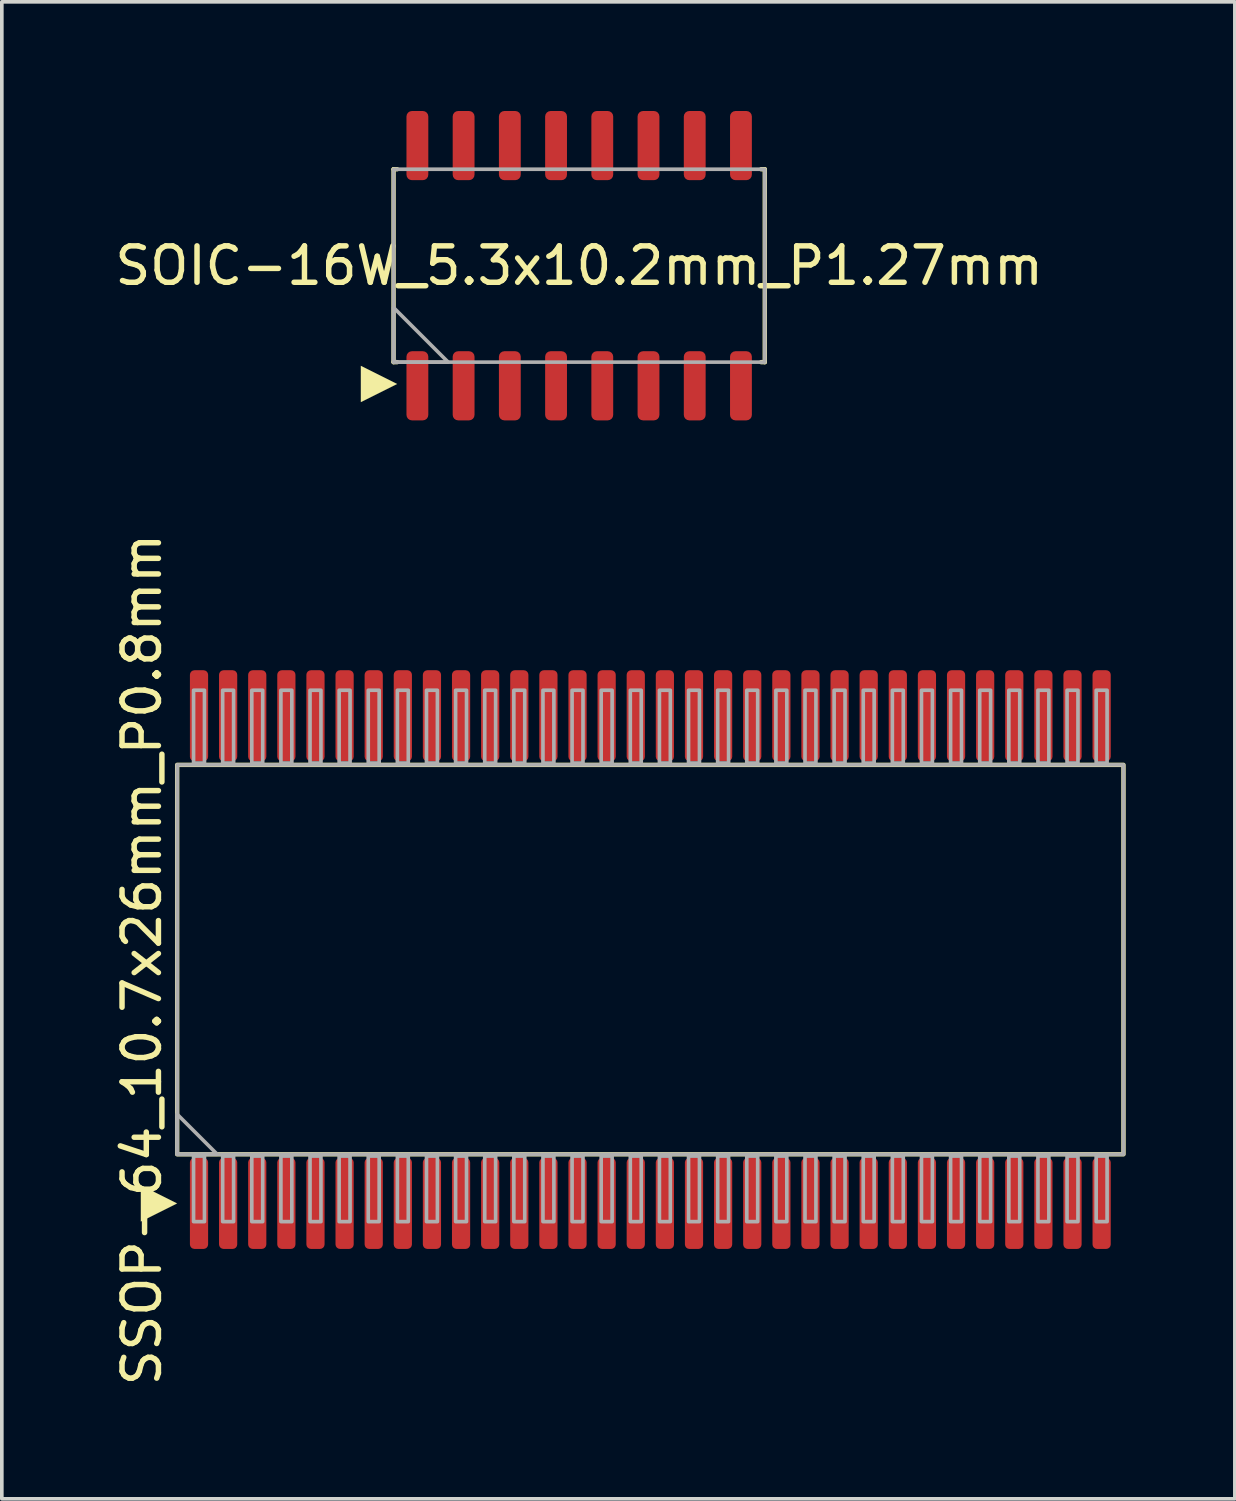
<source format=kicad_pcb>
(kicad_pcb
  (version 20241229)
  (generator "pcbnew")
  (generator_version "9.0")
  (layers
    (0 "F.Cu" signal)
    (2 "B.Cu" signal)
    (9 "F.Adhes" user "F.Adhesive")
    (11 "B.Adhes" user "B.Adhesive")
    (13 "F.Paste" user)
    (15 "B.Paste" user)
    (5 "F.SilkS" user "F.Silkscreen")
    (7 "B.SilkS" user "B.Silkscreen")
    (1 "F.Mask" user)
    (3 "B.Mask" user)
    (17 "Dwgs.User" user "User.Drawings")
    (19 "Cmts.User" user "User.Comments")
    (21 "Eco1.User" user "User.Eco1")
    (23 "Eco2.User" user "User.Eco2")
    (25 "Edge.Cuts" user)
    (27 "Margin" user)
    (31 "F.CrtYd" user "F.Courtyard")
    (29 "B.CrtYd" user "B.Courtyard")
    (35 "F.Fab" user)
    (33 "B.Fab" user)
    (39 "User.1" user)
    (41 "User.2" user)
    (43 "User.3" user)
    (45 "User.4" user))
  (footprint "SOIC-16W_5.3x10.2mm_P1.27mm"
    (layer "F.Cu")
    (at 12.863 4.25)
    (property "Reference" "SOIC-16W_5.3x10.2mm_P1.27mm" (at 0 0 0) (layer "F.SilkS") (effects (font (size 1 1) (thickness 0.15))))
    (attr smd)
    (fp_line (start -5.1 -2.65) (end -5.1 2.65) (stroke (width 0.12) (type default)) (layer "F.SilkS"))
    (fp_line (start -5.1 -2.65) (end -5 -2.65) (stroke (width 0.12) (type default)) (layer "F.SilkS"))
    (fp_line (start -5.1 2.65) (end -5 2.65) (stroke (width 0.12) (type default)) (layer "F.SilkS"))
    (fp_line (start 5.1 -2.65) (end 5 -2.65) (stroke (width 0.12) (type default)) (layer "F.SilkS"))
    (fp_line (start 5.1 2.65) (end 5 2.65) (stroke (width 0.12) (type default)) (layer "F.SilkS"))
    (fp_line (start 5.1 2.65) (end 5.1 -2.65) (stroke (width 0.12) (type default)) (layer "F.SilkS"))
    (fp_poly (pts (xy -6 3.75) (xy -6 2.75) (xy -5 3.25)) (stroke (width 0) (type solid)) (fill yes) (layer "F.SilkS"))
    (fp_rect (start -5.1 -2.65) (end 5.1 2.65) (stroke (width 0.1) (type default)) (fill no) (layer "F.Fab"))
    (fp_poly (pts (xy -3.6 2.65) (xy -5.1 1.15) (xy -5.1 2.65)) (stroke (width 0.1) (type solid)) (fill no) (layer "F.Fab"))
    (pad "1" smd roundrect (at -4.445 3.3 90) (size 1.9 0.6) (layers "F.Cu" "F.Mask" "F.Paste") (roundrect_rratio 0.25))
    (pad "2" smd roundrect (at -3.175 3.3 90) (size 1.9 0.6) (layers "F.Cu" "F.Mask" "F.Paste") (roundrect_rratio 0.25))
    (pad "3" smd roundrect (at -1.905 3.3 90) (size 1.9 0.6) (layers "F.Cu" "F.Mask" "F.Paste") (roundrect_rratio 0.25))
    (pad "4" smd roundrect (at -0.635 3.3 90) (size 1.9 0.6) (layers "F.Cu" "F.Mask" "F.Paste") (roundrect_rratio 0.25))
    (pad "5" smd roundrect (at 0.635 3.3 90) (size 1.9 0.6) (layers "F.Cu" "F.Mask" "F.Paste") (roundrect_rratio 0.25))
    (pad "6" smd roundrect (at 1.905 3.3 90) (size 1.9 0.6) (layers "F.Cu" "F.Mask" "F.Paste") (roundrect_rratio 0.25))
    (pad "7" smd roundrect (at 3.175 3.3 90) (size 1.9 0.6) (layers "F.Cu" "F.Mask" "F.Paste") (roundrect_rratio 0.25))
    (pad "8" smd roundrect (at 4.445 3.3 90) (size 1.9 0.6) (layers "F.Cu" "F.Mask" "F.Paste") (roundrect_rratio 0.25))
    (pad "9" smd roundrect (at 4.445 -3.3 90) (size 1.9 0.6) (layers "F.Cu" "F.Mask" "F.Paste") (roundrect_rratio 0.25))
    (pad "10" smd roundrect (at 3.175 -3.3 90) (size 1.9 0.6) (layers "F.Cu" "F.Mask" "F.Paste") (roundrect_rratio 0.25))
    (pad "11" smd roundrect (at 1.905 -3.3 90) (size 1.9 0.6) (layers "F.Cu" "F.Mask" "F.Paste") (roundrect_rratio 0.25))
    (pad "12" smd roundrect (at 0.635 -3.3 90) (size 1.9 0.6) (layers "F.Cu" "F.Mask" "F.Paste") (roundrect_rratio 0.25))
    (pad "13" smd roundrect (at -0.635 -3.3 90) (size 1.9 0.6) (layers "F.Cu" "F.Mask" "F.Paste") (roundrect_rratio 0.25))
    (pad "14" smd roundrect (at -1.905 -3.3 90) (size 1.9 0.6) (layers "F.Cu" "F.Mask" "F.Paste") (roundrect_rratio 0.25))
    (pad "15" smd roundrect (at -3.175 -3.3 90) (size 1.9 0.6) (layers "F.Cu" "F.Mask" "F.Paste") (roundrect_rratio 0.25))
    (pad "16" smd roundrect (at -4.445 -3.3 90) (size 1.9 0.6) (layers "F.Cu" "F.Mask" "F.Paste") (roundrect_rratio 0.25)))
  (footprint "SSOP-64_10.7x26mm_P0.8mm"
    (layer "F.Cu")
    (at 14.818 23.315)
    (property "Reference" "SSOP-64_10.7x26mm_P0.8mm" (at -13.97 0 90) (layer "F.SilkS") (effects (font (size 1 1) (thickness 0.15))))
    (attr smd)
    (fp_rect (start -13 -5.35) (end 13 5.35) (stroke (width 0.12) (type default)) (fill no) (layer "F.SilkS"))
    (fp_poly (pts (xy -14 7.2) (xy -14 6.2) (xy -13 6.7)) (stroke (width 0) (type solid)) (fill yes) (layer "F.SilkS"))
    (fp_rect (start -13 -5.35) (end 13 5.35) (stroke (width 0.1) (type default)) (fill no) (layer "F.Fab"))
    (fp_rect (start -12.55 -7.4) (end -12.25 -5.4) (stroke (width 0.1) (type solid)) (fill no) (layer "F.Fab"))
    (fp_rect (start -12.55 5.4) (end -12.25 7.2) (stroke (width 0.1) (type solid)) (fill no) (layer "F.Fab"))
    (fp_rect (start -11.75 -7.4) (end -11.45 -5.4) (stroke (width 0.1) (type solid)) (fill no) (layer "F.Fab"))
    (fp_rect (start -11.75 5.4) (end -11.45 7.2) (stroke (width 0.1) (type solid)) (fill no) (layer "F.Fab"))
    (fp_rect (start -10.95 -7.4) (end -10.65 -5.4) (stroke (width 0.1) (type solid)) (fill no) (layer "F.Fab"))
    (fp_rect (start -10.95 5.4) (end -10.65 7.2) (stroke (width 0.1) (type solid)) (fill no) (layer "F.Fab"))
    (fp_rect (start -10.15 -7.4) (end -9.85 -5.4) (stroke (width 0.1) (type solid)) (fill no) (layer "F.Fab"))
    (fp_rect (start -10.15 5.4) (end -9.85 7.2) (stroke (width 0.1) (type solid)) (fill no) (layer "F.Fab"))
    (fp_rect (start -9.35 -7.4) (end -9.05 -5.4) (stroke (width 0.1) (type solid)) (fill no) (layer "F.Fab"))
    (fp_rect (start -9.35 5.4) (end -9.05 7.2) (stroke (width 0.1) (type solid)) (fill no) (layer "F.Fab"))
    (fp_rect (start -8.55 -7.4) (end -8.25 -5.4) (stroke (width 0.1) (type solid)) (fill no) (layer "F.Fab"))
    (fp_rect (start -8.55 5.4) (end -8.25 7.2) (stroke (width 0.1) (type solid)) (fill no) (layer "F.Fab"))
    (fp_rect (start -7.75 -7.4) (end -7.45 -5.4) (stroke (width 0.1) (type solid)) (fill no) (layer "F.Fab"))
    (fp_rect (start -7.75 5.4) (end -7.45 7.2) (stroke (width 0.1) (type solid)) (fill no) (layer "F.Fab"))
    (fp_rect (start -6.95 -7.4) (end -6.65 -5.4) (stroke (width 0.1) (type solid)) (fill no) (layer "F.Fab"))
    (fp_rect (start -6.95 5.4) (end -6.65 7.2) (stroke (width 0.1) (type solid)) (fill no) (layer "F.Fab"))
    (fp_rect (start -6.15 -7.4) (end -5.85 -5.4) (stroke (width 0.1) (type solid)) (fill no) (layer "F.Fab"))
    (fp_rect (start -6.15 5.4) (end -5.85 7.2) (stroke (width 0.1) (type solid)) (fill no) (layer "F.Fab"))
    (fp_rect (start -5.35 -7.4) (end -5.05 -5.4) (stroke (width 0.1) (type solid)) (fill no) (layer "F.Fab"))
    (fp_rect (start -5.35 5.4) (end -5.05 7.2) (stroke (width 0.1) (type solid)) (fill no) (layer "F.Fab"))
    (fp_rect (start -4.55 -7.4) (end -4.25 -5.4) (stroke (width 0.1) (type solid)) (fill no) (layer "F.Fab"))
    (fp_rect (start -4.55 5.4) (end -4.25 7.2) (stroke (width 0.1) (type solid)) (fill no) (layer "F.Fab"))
    (fp_rect (start -3.75 -7.4) (end -3.45 -5.4) (stroke (width 0.1) (type solid)) (fill no) (layer "F.Fab"))
    (fp_rect (start -3.75 5.4) (end -3.45 7.2) (stroke (width 0.1) (type solid)) (fill no) (layer "F.Fab"))
    (fp_rect (start -2.95 -7.4) (end -2.65 -5.4) (stroke (width 0.1) (type solid)) (fill no) (layer "F.Fab"))
    (fp_rect (start -2.95 5.4) (end -2.65 7.2) (stroke (width 0.1) (type solid)) (fill no) (layer "F.Fab"))
    (fp_rect (start -2.15 -7.4) (end -1.85 -5.4) (stroke (width 0.1) (type solid)) (fill no) (layer "F.Fab"))
    (fp_rect (start -2.15 5.4) (end -1.85 7.2) (stroke (width 0.1) (type solid)) (fill no) (layer "F.Fab"))
    (fp_rect (start -1.35 -7.4) (end -1.05 -5.4) (stroke (width 0.1) (type solid)) (fill no) (layer "F.Fab"))
    (fp_rect (start -1.35 5.4) (end -1.05 7.2) (stroke (width 0.1) (type solid)) (fill no) (layer "F.Fab"))
    (fp_rect (start -0.55 -7.4) (end -0.25 -5.4) (stroke (width 0.1) (type solid)) (fill no) (layer "F.Fab"))
    (fp_rect (start -0.55 5.4) (end -0.25 7.2) (stroke (width 0.1) (type solid)) (fill no) (layer "F.Fab"))
    (fp_rect (start 0.25 -7.4) (end 0.55 -5.4) (stroke (width 0.1) (type solid)) (fill no) (layer "F.Fab"))
    (fp_rect (start 0.25 5.4) (end 0.55 7.2) (stroke (width 0.1) (type solid)) (fill no) (layer "F.Fab"))
    (fp_rect (start 1.05 -7.4) (end 1.35 -5.4) (stroke (width 0.1) (type solid)) (fill no) (layer "F.Fab"))
    (fp_rect (start 1.05 5.4) (end 1.35 7.2) (stroke (width 0.1) (type solid)) (fill no) (layer "F.Fab"))
    (fp_rect (start 1.85 -7.4) (end 2.15 -5.4) (stroke (width 0.1) (type solid)) (fill no) (layer "F.Fab"))
    (fp_rect (start 1.85 5.4) (end 2.15 7.2) (stroke (width 0.1) (type solid)) (fill no) (layer "F.Fab"))
    (fp_rect (start 2.65 -7.4) (end 2.95 -5.4) (stroke (width 0.1) (type solid)) (fill no) (layer "F.Fab"))
    (fp_rect (start 2.65 5.4) (end 2.95 7.2) (stroke (width 0.1) (type solid)) (fill no) (layer "F.Fab"))
    (fp_rect (start 3.45 -7.4) (end 3.75 -5.4) (stroke (width 0.1) (type solid)) (fill no) (layer "F.Fab"))
    (fp_rect (start 3.45 5.4) (end 3.75 7.2) (stroke (width 0.1) (type solid)) (fill no) (layer "F.Fab"))
    (fp_rect (start 4.25 -7.4) (end 4.55 -5.4) (stroke (width 0.1) (type solid)) (fill no) (layer "F.Fab"))
    (fp_rect (start 4.25 5.4) (end 4.55 7.2) (stroke (width 0.1) (type solid)) (fill no) (layer "F.Fab"))
    (fp_rect (start 5.05 -7.4) (end 5.35 -5.4) (stroke (width 0.1) (type solid)) (fill no) (layer "F.Fab"))
    (fp_rect (start 5.05 5.4) (end 5.35 7.2) (stroke (width 0.1) (type solid)) (fill no) (layer "F.Fab"))
    (fp_rect (start 5.85 -7.4) (end 6.15 -5.4) (stroke (width 0.1) (type solid)) (fill no) (layer "F.Fab"))
    (fp_rect (start 5.85 5.4) (end 6.15 7.2) (stroke (width 0.1) (type solid)) (fill no) (layer "F.Fab"))
    (fp_rect (start 6.65 -7.4) (end 6.95 -5.4) (stroke (width 0.1) (type solid)) (fill no) (layer "F.Fab"))
    (fp_rect (start 6.65 5.4) (end 6.95 7.2) (stroke (width 0.1) (type solid)) (fill no) (layer "F.Fab"))
    (fp_rect (start 7.45 -7.4) (end 7.75 -5.4) (stroke (width 0.1) (type solid)) (fill no) (layer "F.Fab"))
    (fp_rect (start 7.45 5.4) (end 7.75 7.2) (stroke (width 0.1) (type solid)) (fill no) (layer "F.Fab"))
    (fp_rect (start 8.25 -7.4) (end 8.55 -5.4) (stroke (width 0.1) (type solid)) (fill no) (layer "F.Fab"))
    (fp_rect (start 8.25 5.4) (end 8.55 7.2) (stroke (width 0.1) (type solid)) (fill no) (layer "F.Fab"))
    (fp_rect (start 9.05 -7.4) (end 9.35 -5.4) (stroke (width 0.1) (type solid)) (fill no) (layer "F.Fab"))
    (fp_rect (start 9.05 5.4) (end 9.35 7.2) (stroke (width 0.1) (type solid)) (fill no) (layer "F.Fab"))
    (fp_rect (start 9.85 -7.4) (end 10.15 -5.4) (stroke (width 0.1) (type solid)) (fill no) (layer "F.Fab"))
    (fp_rect (start 9.85 5.4) (end 10.15 7.2) (stroke (width 0.1) (type solid)) (fill no) (layer "F.Fab"))
    (fp_rect (start 10.65 -7.4) (end 10.95 -5.4) (stroke (width 0.1) (type solid)) (fill no) (layer "F.Fab"))
    (fp_rect (start 10.65 5.4) (end 10.95 7.2) (stroke (width 0.1) (type solid)) (fill no) (layer "F.Fab"))
    (fp_rect (start 11.45 -7.4) (end 11.75 -5.4) (stroke (width 0.1) (type solid)) (fill no) (layer "F.Fab"))
    (fp_rect (start 11.45 5.4) (end 11.75 7.2) (stroke (width 0.1) (type solid)) (fill no) (layer "F.Fab"))
    (fp_rect (start 12.25 -7.4) (end 12.55 -5.4) (stroke (width 0.1) (type solid)) (fill no) (layer "F.Fab"))
    (fp_rect (start 12.25 5.4) (end 12.55 7.2) (stroke (width 0.1) (type solid)) (fill no) (layer "F.Fab"))
    (fp_poly (pts (xy -11.9 5.35) (xy -13 4.25) (xy -13 5.35)) (stroke (width 0.1) (type solid)) (fill no) (layer "F.Fab"))
    (pad "1" smd roundrect (at -12.4 6.7) (size 0.5 2.5) (layers "F.Cu" "F.Mask" "F.Paste") (roundrect_rratio 0.25))
    (pad "2" smd roundrect (at -11.6 6.7) (size 0.5 2.5) (layers "F.Cu" "F.Mask" "F.Paste") (roundrect_rratio 0.25))
    (pad "3" smd roundrect (at -10.8 6.7) (size 0.5 2.5) (layers "F.Cu" "F.Mask" "F.Paste") (roundrect_rratio 0.25))
    (pad "4" smd roundrect (at -10 6.7) (size 0.5 2.5) (layers "F.Cu" "F.Mask" "F.Paste") (roundrect_rratio 0.25))
    (pad "5" smd roundrect (at -9.2 6.7) (size 0.5 2.5) (layers "F.Cu" "F.Mask" "F.Paste") (roundrect_rratio 0.25))
    (pad "6" smd roundrect (at -8.4 6.7) (size 0.5 2.5) (layers "F.Cu" "F.Mask" "F.Paste") (roundrect_rratio 0.25))
    (pad "7" smd roundrect (at -7.6 6.7) (size 0.5 2.5) (layers "F.Cu" "F.Mask" "F.Paste") (roundrect_rratio 0.25))
    (pad "8" smd roundrect (at -6.8 6.7) (size 0.5 2.5) (layers "F.Cu" "F.Mask" "F.Paste") (roundrect_rratio 0.25))
    (pad "9" smd roundrect (at -6 6.7) (size 0.5 2.5) (layers "F.Cu" "F.Mask" "F.Paste") (roundrect_rratio 0.25))
    (pad "10" smd roundrect (at -5.2 6.7) (size 0.5 2.5) (layers "F.Cu" "F.Mask" "F.Paste") (roundrect_rratio 0.25))
    (pad "11" smd roundrect (at -4.4 6.7) (size 0.5 2.5) (layers "F.Cu" "F.Mask" "F.Paste") (roundrect_rratio 0.25))
    (pad "12" smd roundrect (at -3.6 6.7) (size 0.5 2.5) (layers "F.Cu" "F.Mask" "F.Paste") (roundrect_rratio 0.25))
    (pad "13" smd roundrect (at -2.8 6.7) (size 0.5 2.5) (layers "F.Cu" "F.Mask" "F.Paste") (roundrect_rratio 0.25))
    (pad "14" smd roundrect (at -2 6.7) (size 0.5 2.5) (layers "F.Cu" "F.Mask" "F.Paste") (roundrect_rratio 0.25))
    (pad "15" smd roundrect (at -1.2 6.7) (size 0.5 2.5) (layers "F.Cu" "F.Mask" "F.Paste") (roundrect_rratio 0.25))
    (pad "16" smd roundrect (at -0.4 6.7) (size 0.5 2.5) (layers "F.Cu" "F.Mask" "F.Paste") (roundrect_rratio 0.25))
    (pad "17" smd roundrect (at 0.4 6.7) (size 0.5 2.5) (layers "F.Cu" "F.Mask" "F.Paste") (roundrect_rratio 0.25))
    (pad "18" smd roundrect (at 1.2 6.7) (size 0.5 2.5) (layers "F.Cu" "F.Mask" "F.Paste") (roundrect_rratio 0.25))
    (pad "19" smd roundrect (at 2 6.7) (size 0.5 2.5) (layers "F.Cu" "F.Mask" "F.Paste") (roundrect_rratio 0.25))
    (pad "20" smd roundrect (at 2.8 6.7) (size 0.5 2.5) (layers "F.Cu" "F.Mask" "F.Paste") (roundrect_rratio 0.25))
    (pad "21" smd roundrect (at 3.6 6.7) (size 0.5 2.5) (layers "F.Cu" "F.Mask" "F.Paste") (roundrect_rratio 0.25))
    (pad "22" smd roundrect (at 4.4 6.7) (size 0.5 2.5) (layers "F.Cu" "F.Mask" "F.Paste") (roundrect_rratio 0.25))
    (pad "23" smd roundrect (at 5.2 6.7) (size 0.5 2.5) (layers "F.Cu" "F.Mask" "F.Paste") (roundrect_rratio 0.25))
    (pad "24" smd roundrect (at 6 6.7) (size 0.5 2.5) (layers "F.Cu" "F.Mask" "F.Paste") (roundrect_rratio 0.25))
    (pad "25" smd roundrect (at 6.8 6.7) (size 0.5 2.5) (layers "F.Cu" "F.Mask" "F.Paste") (roundrect_rratio 0.25))
    (pad "26" smd roundrect (at 7.6 6.7) (size 0.5 2.5) (layers "F.Cu" "F.Mask" "F.Paste") (roundrect_rratio 0.25))
    (pad "27" smd roundrect (at 8.4 6.7) (size 0.5 2.5) (layers "F.Cu" "F.Mask" "F.Paste") (roundrect_rratio 0.25))
    (pad "28" smd roundrect (at 9.2 6.7) (size 0.5 2.5) (layers "F.Cu" "F.Mask" "F.Paste") (roundrect_rratio 0.25))
    (pad "29" smd roundrect (at 10 6.7) (size 0.5 2.5) (layers "F.Cu" "F.Mask" "F.Paste") (roundrect_rratio 0.25))
    (pad "30" smd roundrect (at 10.8 6.7) (size 0.5 2.5) (layers "F.Cu" "F.Mask" "F.Paste") (roundrect_rratio 0.25))
    (pad "31" smd roundrect (at 11.6 6.7) (size 0.5 2.5) (layers "F.Cu" "F.Mask" "F.Paste") (roundrect_rratio 0.25))
    (pad "32" smd roundrect (at 12.4 6.7) (size 0.5 2.5) (layers "F.Cu" "F.Mask" "F.Paste") (roundrect_rratio 0.25))
    (pad "33" smd roundrect (at 12.4 -6.7) (size 0.5 2.5) (layers "F.Cu" "F.Mask" "F.Paste") (roundrect_rratio 0.25))
    (pad "34" smd roundrect (at 11.6 -6.7) (size 0.5 2.5) (layers "F.Cu" "F.Mask" "F.Paste") (roundrect_rratio 0.25))
    (pad "35" smd roundrect (at 10.8 -6.7) (size 0.5 2.5) (layers "F.Cu" "F.Mask" "F.Paste") (roundrect_rratio 0.25))
    (pad "36" smd roundrect (at 10 -6.7) (size 0.5 2.5) (layers "F.Cu" "F.Mask" "F.Paste") (roundrect_rratio 0.25))
    (pad "37" smd roundrect (at 9.2 -6.7) (size 0.5 2.5) (layers "F.Cu" "F.Mask" "F.Paste") (roundrect_rratio 0.25))
    (pad "38" smd roundrect (at 8.4 -6.7) (size 0.5 2.5) (layers "F.Cu" "F.Mask" "F.Paste") (roundrect_rratio 0.25))
    (pad "39" smd roundrect (at 7.6 -6.7) (size 0.5 2.5) (layers "F.Cu" "F.Mask" "F.Paste") (roundrect_rratio 0.25))
    (pad "40" smd roundrect (at 6.8 -6.7) (size 0.5 2.5) (layers "F.Cu" "F.Mask" "F.Paste") (roundrect_rratio 0.25))
    (pad "41" smd roundrect (at 6 -6.7) (size 0.5 2.5) (layers "F.Cu" "F.Mask" "F.Paste") (roundrect_rratio 0.25))
    (pad "42" smd roundrect (at 5.2 -6.7) (size 0.5 2.5) (layers "F.Cu" "F.Mask" "F.Paste") (roundrect_rratio 0.25))
    (pad "43" smd roundrect (at 4.4 -6.7) (size 0.5 2.5) (layers "F.Cu" "F.Mask" "F.Paste") (roundrect_rratio 0.25))
    (pad "44" smd roundrect (at 3.6 -6.7) (size 0.5 2.5) (layers "F.Cu" "F.Mask" "F.Paste") (roundrect_rratio 0.25))
    (pad "45" smd roundrect (at 2.8 -6.7) (size 0.5 2.5) (layers "F.Cu" "F.Mask" "F.Paste") (roundrect_rratio 0.25))
    (pad "46" smd roundrect (at 2 -6.7) (size 0.5 2.5) (layers "F.Cu" "F.Mask" "F.Paste") (roundrect_rratio 0.25))
    (pad "47" smd roundrect (at 1.2 -6.7) (size 0.5 2.5) (layers "F.Cu" "F.Mask" "F.Paste") (roundrect_rratio 0.25))
    (pad "48" smd roundrect (at 0.4 -6.7) (size 0.5 2.5) (layers "F.Cu" "F.Mask" "F.Paste") (roundrect_rratio 0.25))
    (pad "49" smd roundrect (at -0.4 -6.7) (size 0.5 2.5) (layers "F.Cu" "F.Mask" "F.Paste") (roundrect_rratio 0.25))
    (pad "50" smd roundrect (at -1.2 -6.7) (size 0.5 2.5) (layers "F.Cu" "F.Mask" "F.Paste") (roundrect_rratio 0.25))
    (pad "51" smd roundrect (at -2 -6.7) (size 0.5 2.5) (layers "F.Cu" "F.Mask" "F.Paste") (roundrect_rratio 0.25))
    (pad "52" smd roundrect (at -2.8 -6.7) (size 0.5 2.5) (layers "F.Cu" "F.Mask" "F.Paste") (roundrect_rratio 0.25))
    (pad "53" smd roundrect (at -3.6 -6.7) (size 0.5 2.5) (layers "F.Cu" "F.Mask" "F.Paste") (roundrect_rratio 0.25))
    (pad "54" smd roundrect (at -4.4 -6.7) (size 0.5 2.5) (layers "F.Cu" "F.Mask" "F.Paste") (roundrect_rratio 0.25))
    (pad "55" smd roundrect (at -5.2 -6.7) (size 0.5 2.5) (layers "F.Cu" "F.Mask" "F.Paste") (roundrect_rratio 0.25))
    (pad "56" smd roundrect (at -6 -6.7) (size 0.5 2.5) (layers "F.Cu" "F.Mask" "F.Paste") (roundrect_rratio 0.25))
    (pad "57" smd roundrect (at -6.8 -6.7) (size 0.5 2.5) (layers "F.Cu" "F.Mask" "F.Paste") (roundrect_rratio 0.25))
    (pad "58" smd roundrect (at -7.6 -6.7) (size 0.5 2.5) (layers "F.Cu" "F.Mask" "F.Paste") (roundrect_rratio 0.25))
    (pad "59" smd roundrect (at -8.4 -6.7) (size 0.5 2.5) (layers "F.Cu" "F.Mask" "F.Paste") (roundrect_rratio 0.25))
    (pad "60" smd roundrect (at -9.2 -6.7) (size 0.5 2.5) (layers "F.Cu" "F.Mask" "F.Paste") (roundrect_rratio 0.25))
    (pad "61" smd roundrect (at -10 -6.7) (size 0.5 2.5) (layers "F.Cu" "F.Mask" "F.Paste") (roundrect_rratio 0.25))
    (pad "62" smd roundrect (at -10.8 -6.7) (size 0.5 2.5) (layers "F.Cu" "F.Mask" "F.Paste") (roundrect_rratio 0.25))
    (pad "63" smd roundrect (at -11.6 -6.7) (size 0.5 2.5) (layers "F.Cu" "F.Mask" "F.Paste") (roundrect_rratio 0.25))
    (pad "64" smd roundrect (at -12.4 -6.7) (size 0.5 2.5) (layers "F.Cu" "F.Mask" "F.Paste") (roundrect_rratio 0.25)))
  (gr_rect
    (start -3 -3)
    (end 30.878 38.131)
    (stroke (width 0.1) (type default))
    (fill no)
    (layer "Edge.Cuts")))
</source>
